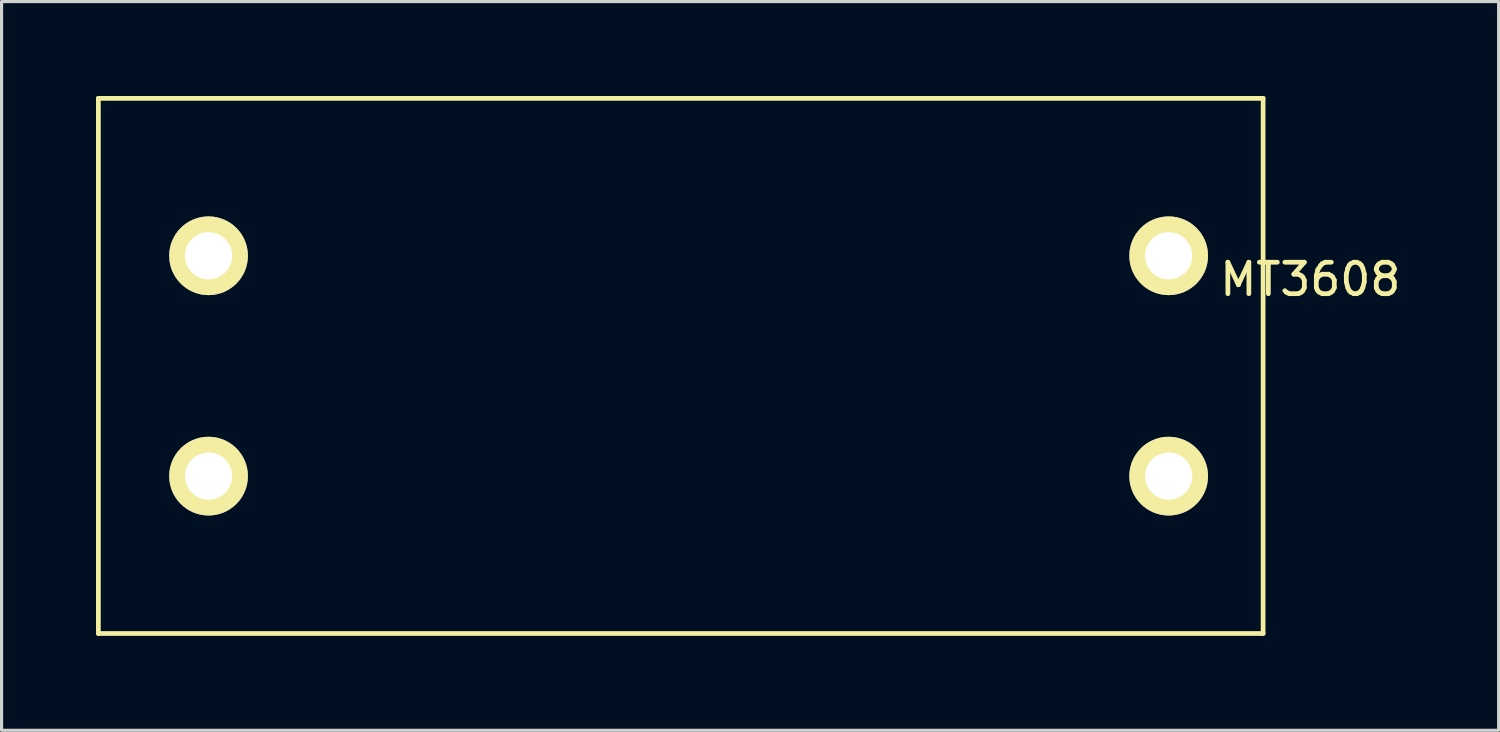
<source format=kicad_pcb>
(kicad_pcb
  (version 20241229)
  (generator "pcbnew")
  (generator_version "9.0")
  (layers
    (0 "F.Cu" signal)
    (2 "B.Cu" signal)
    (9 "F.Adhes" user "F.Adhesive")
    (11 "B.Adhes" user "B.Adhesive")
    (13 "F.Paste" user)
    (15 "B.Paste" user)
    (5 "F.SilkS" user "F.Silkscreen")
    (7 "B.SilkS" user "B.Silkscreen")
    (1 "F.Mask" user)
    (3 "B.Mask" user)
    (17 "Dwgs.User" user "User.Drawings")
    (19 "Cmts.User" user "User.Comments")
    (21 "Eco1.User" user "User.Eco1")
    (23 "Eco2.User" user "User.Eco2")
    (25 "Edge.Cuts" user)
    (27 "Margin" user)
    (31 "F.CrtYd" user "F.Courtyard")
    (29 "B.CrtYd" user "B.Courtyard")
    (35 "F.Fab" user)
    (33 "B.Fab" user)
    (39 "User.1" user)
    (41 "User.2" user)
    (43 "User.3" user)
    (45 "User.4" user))
  (footprint "MT3608"
    (layer "F.Cu")
    (at 37.075 12.075)
    (property "Reference" "MT3608" (at 1.5 -6.25 0) (layer "F.SilkS") (effects (font (size 1 1) (thickness 0.15))))
    (attr through_hole)
    (fp_line (start -37 -12) (end -37 5) (stroke (width 0.15) (type solid)) (layer "F.SilkS"))
    (fp_line (start -37 5) (end 0 5) (stroke (width 0.15) (type solid)) (layer "F.SilkS"))
    (fp_line (start 0 -12) (end -37 -12) (stroke (width 0.15) (type solid)) (layer "F.SilkS"))
    (fp_line (start 0 5) (end 0 -12) (stroke (width 0.15) (type solid)) (layer "F.SilkS"))
    (pad "1" thru_hole circle (at -3 0) (size 2.5 2.5) (drill 1.5) (layers "*.Cu" "*.Mask" "F.SilkS"))
    (pad "2" thru_hole circle (at -3 -7) (size 2.5 2.5) (drill 1.5) (layers "*.Cu" "*.Mask" "F.SilkS"))
    (pad "3" thru_hole circle (at -33.5 0) (size 2.5 2.5) (drill 1.5) (layers "*.Cu" "*.Mask" "F.SilkS"))
    (pad "4" thru_hole circle (at -33.5 -7) (size 2.5 2.5) (drill 1.5) (layers "*.Cu" "*.Mask" "F.SilkS")))
  (gr_rect
    (start -3 -3)
    (end 44.557 20.15)
    (stroke (width 0.1) (type default))
    (fill no)
    (layer "Edge.Cuts")))
</source>
